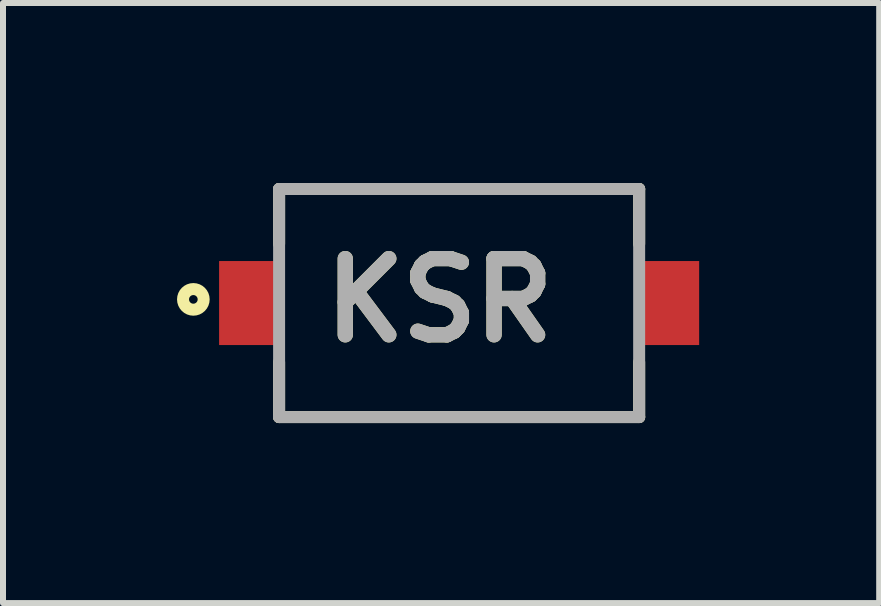
<source format=kicad_pcb>
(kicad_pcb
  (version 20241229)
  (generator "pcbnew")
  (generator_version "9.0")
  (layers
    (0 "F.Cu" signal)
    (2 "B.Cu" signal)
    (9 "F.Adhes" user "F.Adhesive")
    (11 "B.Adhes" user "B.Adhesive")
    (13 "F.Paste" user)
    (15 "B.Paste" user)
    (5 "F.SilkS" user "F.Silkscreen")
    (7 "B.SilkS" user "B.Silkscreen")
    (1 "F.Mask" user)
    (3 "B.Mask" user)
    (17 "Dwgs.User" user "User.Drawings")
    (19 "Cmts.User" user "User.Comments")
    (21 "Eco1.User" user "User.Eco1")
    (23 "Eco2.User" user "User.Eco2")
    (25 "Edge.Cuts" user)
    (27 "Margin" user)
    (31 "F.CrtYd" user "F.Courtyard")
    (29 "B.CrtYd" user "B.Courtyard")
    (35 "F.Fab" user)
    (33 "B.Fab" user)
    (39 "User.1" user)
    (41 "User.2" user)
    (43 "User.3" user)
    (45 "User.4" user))
  (footprint "KSR"
    (layer "F.Cu")
    (at 4.601 2)
    (property "Reference" "KSR" (at -0.325 -0.045 0) (layer "F.SilkS") (effects (font (size 1.27 1.27) (thickness 0.254))))
    (attr smd)
    (fp_line (start -3 -1.9) (end -3 -0.985) (stroke (width 0.2) (type solid)) (layer "F.SilkS"))
    (fp_line (start -3 -1.9) (end 3 -1.9) (stroke (width 0.2) (type solid)) (layer "F.SilkS"))
    (fp_line (start -3 1.9) (end -3 0.985) (stroke (width 0.2) (type solid)) (layer "F.SilkS"))
    (fp_line (start 3 -1.9) (end 3 -0.985) (stroke (width 0.2) (type solid)) (layer "F.SilkS"))
    (fp_line (start 3 1.9) (end -3 1.9) (stroke (width 0.2) (type solid)) (layer "F.SilkS"))
    (fp_line (start 3 1.9) (end 3 0.985) (stroke (width 0.2) (type solid)) (layer "F.SilkS"))
    (fp_circle (center -4.429 -0.061) (end -4.429 0.011) (stroke (width 0.2) (type solid)) (fill no) (layer "F.SilkS"))
    (fp_line (start -3 -1.9) (end 3 -1.9) (stroke (width 0.2) (type solid)) (layer "F.Fab"))
    (fp_line (start -3 1.9) (end -3 -1.9) (stroke (width 0.2) (type solid)) (layer "F.Fab"))
    (fp_line (start 3 -1.9) (end 3 1.9) (stroke (width 0.2) (type solid)) (layer "F.Fab"))
    (fp_line (start 3 1.9) (end -3 1.9) (stroke (width 0.2) (type solid)) (layer "F.Fab"))
    (fp_text user "${REFERENCE}" (at -0.325 -0.045 0) (layer "F.Fab") (effects (font (size 1.27 1.27) (thickness 0.254))))
    (pad "1" smd rect (at -3.5 0) (size 1 1.4) (layers "F.Cu" "F.Mask" "F.Paste"))
    (pad "2" smd rect (at 3.5 0) (size 1 1.4) (layers "F.Cu" "F.Mask" "F.Paste")))
  (gr_rect
    (start -3 -3)
    (end 11.601 7)
    (stroke (width 0.1) (type default))
    (fill no)
    (layer "Edge.Cuts")))
</source>
